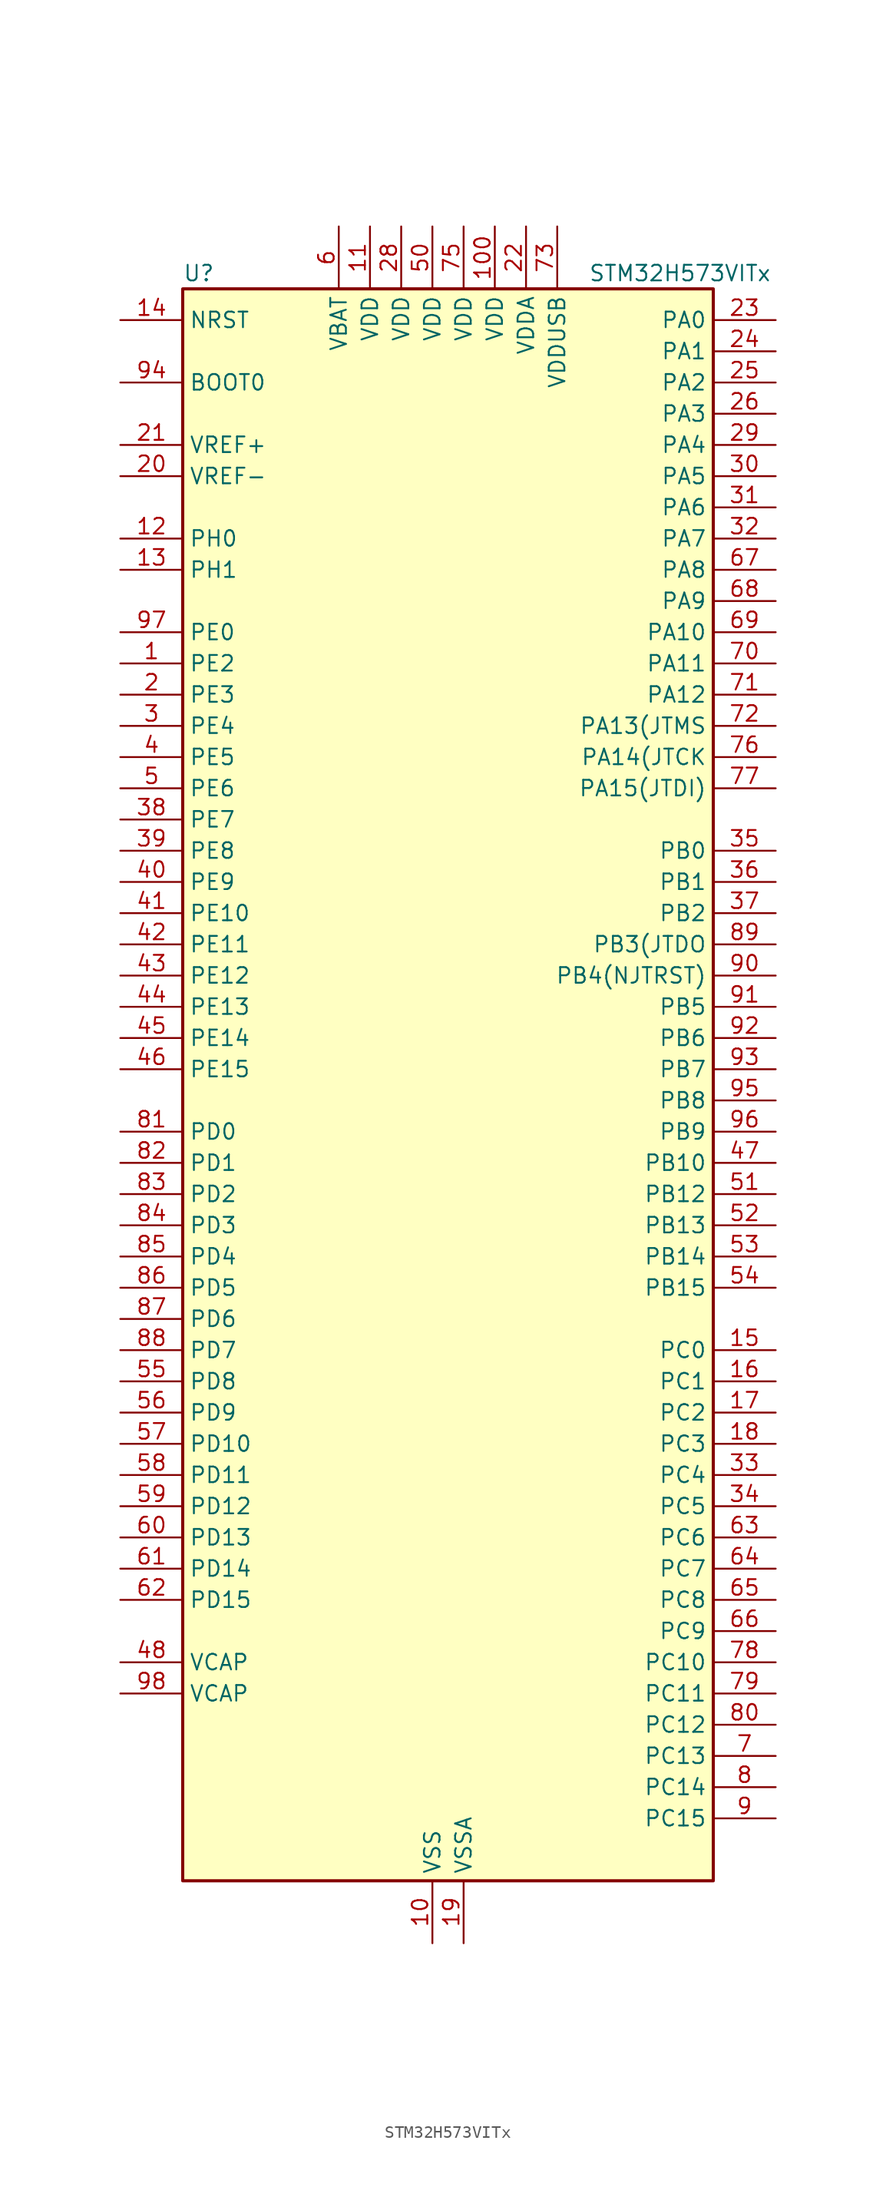
<source format=kicad_sym>
(kicad_symbol_lib
  (version 20231120)
  (generator "kicad-library-utils")
  (generator_version "8.0")
  (symbol "STM32H573VITx"
    (property "Reference" "U"
      (at -20.32 67.31 0)
      (effects (font (size 1.27 1.27)) (justify left)))
    (property "Value" "STM32H573VITx"
      (at 12.7 67.31 0)
      (effects (font (size 1.27 1.27)) (justify left)))
    (symbol "STM32H573VITx_0_1"
      (rectangle (start -20.32 -63.5) (end 22.86 66.04) (stroke (width 0.254) (type default)) (fill (type background))))
    (symbol "STM32H573VITx_1_1"
      (pin bidirectional line (at -25.4 35.56 0) (length 5.08) (name "PE2" (effects (font (size 1.27 1.27)))) (number "1" (effects (font (size 1.27 1.27)))) (alternate "DCMI_D3" bidirectional line) (alternate "DEBUG_TRACECLK" bidirectional line) (alternate "ETH_TXD3" bidirectional line) (alternate "FMC_A23" bidirectional line) (alternate "LPTIM1_IN2" bidirectional line) (alternate "OCTOSPI1_IO2" bidirectional line) (alternate "PSSI_D3" bidirectional line) (alternate "SAI1_CK1" bidirectional line) (alternate "SAI1_MCLK_A" bidirectional line) (alternate "SPI4_SCK" bidirectional line) (alternate "UART8_TX" bidirectional line) (alternate "USART10_RX" bidirectional line))
      (pin power_in line (at 0 -68.58 90) (length 5.08) (name "VSS" (effects (font (size 1.27 1.27)))) (number "10" (effects (font (size 1.27 1.27)))))
      (pin power_in line (at 5.08 71.12 270) (length 5.08) (name "VDD" (effects (font (size 1.27 1.27)))) (number "100" (effects (font (size 1.27 1.27)))))
      (pin power_in line (at -5.08 71.12 270) (length 5.08) (name "VDD" (effects (font (size 1.27 1.27)))) (number "11" (effects (font (size 1.27 1.27)))))
      (pin bidirectional line (at -25.4 45.72 0) (length 5.08) (name "PH0" (effects (font (size 1.27 1.27)))) (number "12" (effects (font (size 1.27 1.27)))) (alternate "RCC_OSC_IN" bidirectional line))
      (pin bidirectional line (at -25.4 43.18 0) (length 5.08) (name "PH1" (effects (font (size 1.27 1.27)))) (number "13" (effects (font (size 1.27 1.27)))) (alternate "RCC_OSC_OUT" bidirectional line))
      (pin input line (at -25.4 63.5 0) (length 5.08) (name "NRST" (effects (font (size 1.27 1.27)))) (number "14" (effects (font (size 1.27 1.27)))))
      (pin bidirectional line (at 27.94 -20.32 180) (length 5.08) (name "PC0" (effects (font (size 1.27 1.27)))) (number "15" (effects (font (size 1.27 1.27)))) (alternate "ADC1_INP10" bidirectional line) (alternate "ADC2_INP10" bidirectional line) (alternate "FMC_A25" bidirectional line) (alternate "FMC_SDNWE" bidirectional line) (alternate "OCTOSPI1_IO7" bidirectional line) (alternate "SAI1_MCLK_A" bidirectional line) (alternate "SAI2_FS_B" bidirectional line) (alternate "SPI2_RDY" bidirectional line) (alternate "TIM16_BKIN" bidirectional line))
      (pin bidirectional line (at 27.94 -22.86 180) (length 5.08) (name "PC1" (effects (font (size 1.27 1.27)))) (number "16" (effects (font (size 1.27 1.27)))) (alternate "ADC1_INN10" bidirectional line) (alternate "ADC1_INP11" bidirectional line) (alternate "ADC2_INN10" bidirectional line) (alternate "ADC2_INP11" bidirectional line) (alternate "DEBUG_TRACED0" bidirectional line) (alternate "ETH_MDC" bidirectional line) (alternate "I2S2_SDO" bidirectional line) (alternate "OCTOSPI1_IO4" bidirectional line) (alternate "PWR_WKUP6" bidirectional line) (alternate "SAI1_D1" bidirectional line) (alternate "SAI1_SD_A" bidirectional line) (alternate "SAI2_SD_A" bidirectional line) (alternate "SPI2_MOSI" bidirectional line) (alternate "TAMP_IN3" bidirectional line) (alternate "TAMP_OUT5" bidirectional line) (alternate "USART11_RTS" bidirectional line))
      (pin bidirectional line (at 27.94 -25.4 180) (length 5.08) (name "PC2" (effects (font (size 1.27 1.27)))) (number "17" (effects (font (size 1.27 1.27)))) (alternate "ADC1_INN11" bidirectional line) (alternate "ADC1_INP12" bidirectional line) (alternate "ADC2_INN11" bidirectional line) (alternate "ADC2_INP12" bidirectional line) (alternate "ETH_TXD2" bidirectional line) (alternate "FMC_SDNE0" bidirectional line) (alternate "I2S2_SDI" bidirectional line) (alternate "OCTOSPI1_IO2" bidirectional line) (alternate "OCTOSPI1_IO5" bidirectional line) (alternate "PWR_CSLEEP" bidirectional line) (alternate "SPI2_MISO" bidirectional line) (alternate "TIM17_CH1" bidirectional line) (alternate "TIM4_CH4" bidirectional line))
      (pin bidirectional line (at 27.94 -27.94 180) (length 5.08) (name "PC3" (effects (font (size 1.27 1.27)))) (number "18" (effects (font (size 1.27 1.27)))) (alternate "ADC1_INN12" bidirectional line) (alternate "ADC1_INP13" bidirectional line) (alternate "ADC2_INN12" bidirectional line) (alternate "ADC2_INP13" bidirectional line) (alternate "ETH_TX_CLK" bidirectional line) (alternate "FMC_SDCKE0" bidirectional line) (alternate "I2S2_SDO" bidirectional line) (alternate "LPTIM3_CH1" bidirectional line) (alternate "OCTOSPI1_IO0" bidirectional line) (alternate "OCTOSPI1_IO6" bidirectional line) (alternate "PWR_CSTOP" bidirectional line) (alternate "SAI1_D3" bidirectional line) (alternate "SPI2_MOSI" bidirectional line))
      (pin power_in line (at 2.54 -68.58 90) (length 5.08) (name "VSSA" (effects (font (size 1.27 1.27)))) (number "19" (effects (font (size 1.27 1.27)))))
      (pin bidirectional line (at -25.4 33.02 0) (length 5.08) (name "PE3" (effects (font (size 1.27 1.27)))) (number "2" (effects (font (size 1.27 1.27)))) (alternate "DEBUG_TRACED0" bidirectional line) (alternate "FMC_A19" bidirectional line) (alternate "SAI1_SD_B" bidirectional line) (alternate "TAMP_IN6" bidirectional line) (alternate "TAMP_OUT3" bidirectional line) (alternate "TIM15_BKIN" bidirectional line) (alternate "USART10_TX" bidirectional line))
      (pin input line (at -25.4 50.8 0) (length 5.08) (name "VREF-" (effects (font (size 1.27 1.27)))) (number "20" (effects (font (size 1.27 1.27)))))
      (pin input line (at -25.4 53.34 0) (length 5.08) (name "VREF+" (effects (font (size 1.27 1.27)))) (number "21" (effects (font (size 1.27 1.27)))))
      (pin power_in line (at 7.62 71.12 270) (length 5.08) (name "VDDA" (effects (font (size 1.27 1.27)))) (number "22" (effects (font (size 1.27 1.27)))))
      (pin bidirectional line (at 27.94 63.5 180) (length 5.08) (name "PA0" (effects (font (size 1.27 1.27)))) (number "23" (effects (font (size 1.27 1.27)))) (alternate "ADC1_INN1" bidirectional line) (alternate "ADC1_INP0" bidirectional line) (alternate "ADC2_INN1" bidirectional line) (alternate "ADC2_INP0" bidirectional line) (alternate "ETH_CRS" bidirectional line) (alternate "PWR_WKUP1" bidirectional line) (alternate "SAI2_SD_B" bidirectional line) (alternate "SPI3_RDY" bidirectional line) (alternate "SPI6_NSS" bidirectional line) (alternate "TAMP_IN2" bidirectional line) (alternate "TAMP_OUT1" bidirectional line) (alternate "TIM15_BKIN" bidirectional line) (alternate "TIM2_CH1" bidirectional line) (alternate "TIM2_ETR" bidirectional line) (alternate "TIM5_CH1" bidirectional line) (alternate "TIM8_ETR" bidirectional line) (alternate "UART4_TX" bidirectional line) (alternate "USART2_CTS" bidirectional line) (alternate "USART2_NSS" bidirectional line))
      (pin bidirectional line (at 27.94 60.96 180) (length 5.08) (name "PA1" (effects (font (size 1.27 1.27)))) (number "24" (effects (font (size 1.27 1.27)))) (alternate "ADC1_INP1" bidirectional line) (alternate "ADC2_INP1" bidirectional line) (alternate "ETH_REF_CLK" bidirectional line) (alternate "ETH_RX_CLK" bidirectional line) (alternate "LPTIM1_IN1" bidirectional line) (alternate "OCTOSPI1_DQS" bidirectional line) (alternate "OCTOSPI1_IO3" bidirectional line) (alternate "SAI2_MCLK_B" bidirectional line) (alternate "TAMP_IN5" bidirectional line) (alternate "TAMP_OUT4" bidirectional line) (alternate "TIM15_CH1N" bidirectional line) (alternate "TIM2_CH2" bidirectional line) (alternate "TIM5_CH2" bidirectional line) (alternate "UART4_RX" bidirectional line) (alternate "USART2_RTS" bidirectional line))
      (pin bidirectional line (at 27.94 58.42 180) (length 5.08) (name "PA2" (effects (font (size 1.27 1.27)))) (number "25" (effects (font (size 1.27 1.27)))) (alternate "ADC1_INP14" bidirectional line) (alternate "ADC2_INP14" bidirectional line) (alternate "ETH_MDIO" bidirectional line) (alternate "LPTIM1_IN2" bidirectional line) (alternate "PWR_WKUP2" bidirectional line) (alternate "SAI2_SCK_B" bidirectional line) (alternate "TAMP_IN4" bidirectional line) (alternate "TAMP_OUT3" bidirectional line) (alternate "TIM15_CH1" bidirectional line) (alternate "TIM2_CH3" bidirectional line) (alternate "TIM5_CH3" bidirectional line) (alternate "USART2_TX" bidirectional line))
      (pin bidirectional line (at 27.94 55.88 180) (length 5.08) (name "PA3" (effects (font (size 1.27 1.27)))) (number "26" (effects (font (size 1.27 1.27)))) (alternate "ADC1_INP15" bidirectional line) (alternate "ADC2_INP15" bidirectional line) (alternate "ETH_COL" bidirectional line) (alternate "I2S2_WS" bidirectional line) (alternate "OCTOSPI1_CLK" bidirectional line) (alternate "SAI1_SD_B" bidirectional line) (alternate "SPI2_NSS" bidirectional line) (alternate "TIM15_CH2" bidirectional line) (alternate "TIM2_CH4" bidirectional line) (alternate "TIM5_CH4" bidirectional line) (alternate "USART2_RX" bidirectional line))
      (pin passive line (at 0 -68.58 90) (length 5.08) hide (name "VSS" (effects (font (size 1.27 1.27)))) (number "27" (effects (font (size 1.27 1.27)))))
      (pin power_in line (at -2.54 71.12 270) (length 5.08) (name "VDD" (effects (font (size 1.27 1.27)))) (number "28" (effects (font (size 1.27 1.27)))))
      (pin bidirectional line (at 27.94 53.34 180) (length 5.08) (name "PA4" (effects (font (size 1.27 1.27)))) (number "29" (effects (font (size 1.27 1.27)))) (alternate "ADC1_INP18" bidirectional line) (alternate "ADC2_INP18" bidirectional line) (alternate "DAC1_OUT1" bidirectional line) (alternate "DCMI_HSYNC" bidirectional line) (alternate "I2S1_WS" bidirectional line) (alternate "I2S3_WS" bidirectional line) (alternate "LPTIM2_CH1" bidirectional line) (alternate "PSSI_DE" bidirectional line) (alternate "SPI1_NSS" bidirectional line) (alternate "SPI3_NSS" bidirectional line) (alternate "SPI6_NSS" bidirectional line) (alternate "TIM5_ETR" bidirectional line) (alternate "USART2_CK" bidirectional line))
      (pin bidirectional line (at -25.4 30.48 0) (length 5.08) (name "PE4" (effects (font (size 1.27 1.27)))) (number "3" (effects (font (size 1.27 1.27)))) (alternate "DCMI_D4" bidirectional line) (alternate "DEBUG_TRACED1" bidirectional line) (alternate "FMC_A20" bidirectional line) (alternate "PSSI_D4" bidirectional line) (alternate "SAI1_D2" bidirectional line) (alternate "SAI1_FS_A" bidirectional line) (alternate "SPI4_NSS" bidirectional line) (alternate "TAMP_IN7" bidirectional line) (alternate "TAMP_OUT8" bidirectional line) (alternate "TIM15_CH1N" bidirectional line))
      (pin bidirectional line (at 27.94 50.8 180) (length 5.08) (name "PA5" (effects (font (size 1.27 1.27)))) (number "30" (effects (font (size 1.27 1.27)))) (alternate "ADC1_INN18" bidirectional line) (alternate "ADC1_INP19" bidirectional line) (alternate "ADC2_INN18" bidirectional line) (alternate "ADC2_INP19" bidirectional line) (alternate "DAC1_OUT2" bidirectional line) (alternate "ETH_TX_EN" bidirectional line) (alternate "I2S1_CK" bidirectional line) (alternate "PSSI_D14" bidirectional line) (alternate "SPI1_SCK" bidirectional line) (alternate "SPI6_SCK" bidirectional line) (alternate "TIM2_CH1" bidirectional line) (alternate "TIM2_ETR" bidirectional line) (alternate "TIM8_CH1N" bidirectional line))
      (pin bidirectional line (at 27.94 48.26 180) (length 5.08) (name "PA6" (effects (font (size 1.27 1.27)))) (number "31" (effects (font (size 1.27 1.27)))) (alternate "ADC1_INP3" bidirectional line) (alternate "ADC2_INP3" bidirectional line) (alternate "DCMI_PIXCLK" bidirectional line) (alternate "I2S1_SDI" bidirectional line) (alternate "OCTOSPI1_IO3" bidirectional line) (alternate "PSSI_PDCK" bidirectional line) (alternate "SPI1_MISO" bidirectional line) (alternate "SPI6_MISO" bidirectional line) (alternate "TIM13_CH1" bidirectional line) (alternate "TIM1_BKIN" bidirectional line) (alternate "TIM3_CH1" bidirectional line) (alternate "TIM8_BKIN" bidirectional line) (alternate "USART11_TX" bidirectional line))
      (pin bidirectional line (at 27.94 45.72 180) (length 5.08) (name "PA7" (effects (font (size 1.27 1.27)))) (number "32" (effects (font (size 1.27 1.27)))) (alternate "ADC1_INN3" bidirectional line) (alternate "ADC1_INP7" bidirectional line) (alternate "ADC2_INN3" bidirectional line) (alternate "ADC2_INP7" bidirectional line) (alternate "ETH_CRS_DV" bidirectional line) (alternate "ETH_RX_DV" bidirectional line) (alternate "FMC_NWE" bidirectional line) (alternate "FMC_SDNWE" bidirectional line) (alternate "I2S1_SDO" bidirectional line) (alternate "OCTOSPI1_IO2" bidirectional line) (alternate "SPI1_MOSI" bidirectional line) (alternate "SPI6_MOSI" bidirectional line) (alternate "TIM14_CH1" bidirectional line) (alternate "TIM1_CH1N" bidirectional line) (alternate "TIM3_CH2" bidirectional line) (alternate "TIM8_CH1N" bidirectional line) (alternate "USART11_RX" bidirectional line))
      (pin bidirectional line (at 27.94 -30.48 180) (length 5.08) (name "PC4" (effects (font (size 1.27 1.27)))) (number "33" (effects (font (size 1.27 1.27)))) (alternate "ADC1_INP4" bidirectional line) (alternate "ADC2_INP4" bidirectional line) (alternate "ETH_RXD0" bidirectional line) (alternate "FMC_SDNE0" bidirectional line) (alternate "I2S1_MCK" bidirectional line) (alternate "LPTIM2_ETR" bidirectional line) (alternate "SAI1_CK1" bidirectional line) (alternate "TIM2_CH4" bidirectional line) (alternate "USART3_RX" bidirectional line))
      (pin bidirectional line (at 27.94 -33.02 180) (length 5.08) (name "PC5" (effects (font (size 1.27 1.27)))) (number "34" (effects (font (size 1.27 1.27)))) (alternate "ADC1_INN4" bidirectional line) (alternate "ADC1_INP8" bidirectional line) (alternate "ADC2_INN4" bidirectional line) (alternate "ADC2_INP8" bidirectional line) (alternate "ETH_RXD1" bidirectional line) (alternate "FMC_SDCKE0" bidirectional line) (alternate "OCTOSPI1_DQS" bidirectional line) (alternate "PSSI_D15" bidirectional line) (alternate "SAI1_D3" bidirectional line) (alternate "SAI1_FS_A" bidirectional line) (alternate "TIM1_CH4N" bidirectional line) (alternate "UART12_RTS" bidirectional line))
      (pin bidirectional line (at 27.94 20.32 180) (length 5.08) (name "PB0" (effects (font (size 1.27 1.27)))) (number "35" (effects (font (size 1.27 1.27)))) (alternate "ADC1_INN5" bidirectional line) (alternate "ADC1_INP9" bidirectional line) (alternate "ADC2_INN5" bidirectional line) (alternate "ADC2_INP9" bidirectional line) (alternate "ETH_RXD2" bidirectional line) (alternate "LPTIM3_CH1" bidirectional line) (alternate "OCTOSPI1_IO1" bidirectional line) (alternate "TIM1_CH2N" bidirectional line) (alternate "TIM3_CH3" bidirectional line) (alternate "TIM8_CH2N" bidirectional line) (alternate "UART4_CTS" bidirectional line) (alternate "USART11_CK" bidirectional line))
      (pin bidirectional line (at 27.94 17.78 180) (length 5.08) (name "PB1" (effects (font (size 1.27 1.27)))) (number "36" (effects (font (size 1.27 1.27)))) (alternate "ADC1_INP5" bidirectional line) (alternate "ADC2_INP5" bidirectional line) (alternate "ETH_RXD3" bidirectional line) (alternate "LPTIM3_CH2" bidirectional line) (alternate "OCTOSPI1_IO0" bidirectional line) (alternate "TIM1_CH3N" bidirectional line) (alternate "TIM3_CH4" bidirectional line) (alternate "TIM8_CH3N" bidirectional line))
      (pin bidirectional line (at 27.94 15.24 180) (length 5.08) (name "PB2" (effects (font (size 1.27 1.27)))) (number "37" (effects (font (size 1.27 1.27)))) (alternate "I2S3_SDO" bidirectional line) (alternate "LPTIM1_CH1" bidirectional line) (alternate "LPTIM5_ETR" bidirectional line) (alternate "OCTOSPI1_CLK" bidirectional line) (alternate "OCTOSPI1_DQS" bidirectional line) (alternate "RCC_LSCO" bidirectional line) (alternate "RTC_OUT2" bidirectional line) (alternate "SAI1_D1" bidirectional line) (alternate "SAI1_SD_A" bidirectional line) (alternate "SDMMC1_CMD" bidirectional line) (alternate "SPI1_RDY" bidirectional line) (alternate "SPI3_MOSI" bidirectional line) (alternate "TIM8_CH4N" bidirectional line))
      (pin bidirectional line (at -25.4 22.86 0) (length 5.08) (name "PE7" (effects (font (size 1.27 1.27)))) (number "38" (effects (font (size 1.27 1.27)))) (alternate "FMC_D4" bidirectional line) (alternate "FMC_DA4" bidirectional line) (alternate "OCTOSPI1_IO4" bidirectional line) (alternate "TIM1_ETR" bidirectional line) (alternate "UART12_RTS" bidirectional line) (alternate "UART7_RX" bidirectional line))
      (pin bidirectional line (at -25.4 20.32 0) (length 5.08) (name "PE8" (effects (font (size 1.27 1.27)))) (number "39" (effects (font (size 1.27 1.27)))) (alternate "FMC_D5" bidirectional line) (alternate "FMC_DA5" bidirectional line) (alternate "OCTOSPI1_IO5" bidirectional line) (alternate "TIM1_CH1N" bidirectional line) (alternate "UART12_CTS" bidirectional line) (alternate "UART7_TX" bidirectional line))
      (pin bidirectional line (at -25.4 27.94 0) (length 5.08) (name "PE5" (effects (font (size 1.27 1.27)))) (number "4" (effects (font (size 1.27 1.27)))) (alternate "DCMI_D6" bidirectional line) (alternate "DEBUG_TRACED2" bidirectional line) (alternate "FMC_A21" bidirectional line) (alternate "PSSI_D6" bidirectional line) (alternate "SAI1_CK2" bidirectional line) (alternate "SAI1_SCK_A" bidirectional line) (alternate "SPI4_MISO" bidirectional line) (alternate "TAMP_IN8" bidirectional line) (alternate "TAMP_OUT7" bidirectional line) (alternate "TIM15_CH1" bidirectional line))
      (pin bidirectional line (at -25.4 17.78 0) (length 5.08) (name "PE9" (effects (font (size 1.27 1.27)))) (number "40" (effects (font (size 1.27 1.27)))) (alternate "DAC1_EXTI9" bidirectional line) (alternate "FMC_D6" bidirectional line) (alternate "FMC_DA6" bidirectional line) (alternate "OCTOSPI1_IO6" bidirectional line) (alternate "TIM1_CH1" bidirectional line) (alternate "UART12_RX" bidirectional line) (alternate "UART7_RTS" bidirectional line))
      (pin bidirectional line (at -25.4 15.24 0) (length 5.08) (name "PE10" (effects (font (size 1.27 1.27)))) (number "41" (effects (font (size 1.27 1.27)))) (alternate "FMC_D7" bidirectional line) (alternate "FMC_DA7" bidirectional line) (alternate "OCTOSPI1_IO7" bidirectional line) (alternate "TIM1_CH2N" bidirectional line) (alternate "UART12_TX" bidirectional line) (alternate "UART7_CTS" bidirectional line))
      (pin bidirectional line (at -25.4 12.7 0) (length 5.08) (name "PE11" (effects (font (size 1.27 1.27)))) (number "42" (effects (font (size 1.27 1.27)))) (alternate "ADC1_EXTI11" bidirectional line) (alternate "ADC2_EXTI11" bidirectional line) (alternate "FMC_D8" bidirectional line) (alternate "FMC_DA8" bidirectional line) (alternate "OCTOSPI1_NCS" bidirectional line) (alternate "SAI2_SD_B" bidirectional line) (alternate "SPI1_RDY" bidirectional line) (alternate "SPI4_NSS" bidirectional line) (alternate "TIM1_CH2" bidirectional line))
      (pin bidirectional line (at -25.4 10.16 0) (length 5.08) (name "PE12" (effects (font (size 1.27 1.27)))) (number "43" (effects (font (size 1.27 1.27)))) (alternate "FMC_D9" bidirectional line) (alternate "FMC_DA9" bidirectional line) (alternate "SAI2_SCK_B" bidirectional line) (alternate "SPI4_SCK" bidirectional line) (alternate "TIM1_CH3N" bidirectional line))
      (pin bidirectional line (at -25.4 7.62 0) (length 5.08) (name "PE13" (effects (font (size 1.27 1.27)))) (number "44" (effects (font (size 1.27 1.27)))) (alternate "FMC_D10" bidirectional line) (alternate "FMC_DA10" bidirectional line) (alternate "SAI2_FS_B" bidirectional line) (alternate "SPI4_MISO" bidirectional line) (alternate "TIM1_CH3" bidirectional line))
      (pin bidirectional line (at -25.4 5.08 0) (length 5.08) (name "PE14" (effects (font (size 1.27 1.27)))) (number "45" (effects (font (size 1.27 1.27)))) (alternate "FMC_D11" bidirectional line) (alternate "FMC_DA11" bidirectional line) (alternate "SAI2_MCLK_B" bidirectional line) (alternate "SPI4_MOSI" bidirectional line) (alternate "TIM1_CH4" bidirectional line))
      (pin bidirectional line (at -25.4 2.54 0) (length 5.08) (name "PE15" (effects (font (size 1.27 1.27)))) (number "46" (effects (font (size 1.27 1.27)))) (alternate "ADC1_EXTI15" bidirectional line) (alternate "ADC2_EXTI15" bidirectional line) (alternate "FMC_D12" bidirectional line) (alternate "FMC_DA12" bidirectional line) (alternate "TIM1_BKIN" bidirectional line) (alternate "TIM1_CH4N" bidirectional line) (alternate "USART10_CK" bidirectional line))
      (pin bidirectional line (at 27.94 -5.08 180) (length 5.08) (name "PB10" (effects (font (size 1.27 1.27)))) (number "47" (effects (font (size 1.27 1.27)))) (alternate "ETH_RX_ER" bidirectional line) (alternate "I2C2_SCL" bidirectional line) (alternate "I2S2_CK" bidirectional line) (alternate "LPTIM2_IN1" bidirectional line) (alternate "LPTIM3_CH1" bidirectional line) (alternate "OCTOSPI1_NCS" bidirectional line) (alternate "SPI2_SCK" bidirectional line) (alternate "TIM2_CH3" bidirectional line) (alternate "USART3_TX" bidirectional line))
      (pin power_out line (at -25.4 -45.72 0) (length 5.08) (name "VCAP" (effects (font (size 1.27 1.27)))) (number "48" (effects (font (size 1.27 1.27)))))
      (pin passive line (at 0 -68.58 90) (length 5.08) hide (name "VSS" (effects (font (size 1.27 1.27)))) (number "49" (effects (font (size 1.27 1.27)))))
      (pin bidirectional line (at -25.4 25.4 0) (length 5.08) (name "PE6" (effects (font (size 1.27 1.27)))) (number "5" (effects (font (size 1.27 1.27)))) (alternate "DCMI_D7" bidirectional line) (alternate "DEBUG_TRACED3" bidirectional line) (alternate "FMC_A22" bidirectional line) (alternate "PSSI_D7" bidirectional line) (alternate "SAI1_D1" bidirectional line) (alternate "SAI1_SD_A" bidirectional line) (alternate "SAI2_MCLK_B" bidirectional line) (alternate "SPI4_MOSI" bidirectional line) (alternate "TAMP_IN3" bidirectional line) (alternate "TAMP_OUT6" bidirectional line) (alternate "TIM15_CH2" bidirectional line) (alternate "TIM1_BKIN2" bidirectional line))
      (pin power_in line (at 0 71.12 270) (length 5.08) (name "VDD" (effects (font (size 1.27 1.27)))) (number "50" (effects (font (size 1.27 1.27)))))
      (pin bidirectional line (at 27.94 -7.62 180) (length 5.08) (name "PB12" (effects (font (size 1.27 1.27)))) (number "51" (effects (font (size 1.27 1.27)))) (alternate "ETH_TXD0" bidirectional line) (alternate "FDCAN2_RX" bidirectional line) (alternate "I2C2_SDA" bidirectional line) (alternate "I2S2_WS" bidirectional line) (alternate "OCTOSPI1_NCLK" bidirectional line) (alternate "SPI2_NSS" bidirectional line) (alternate "TIM1_BKIN" bidirectional line) (alternate "UART5_RX" bidirectional line) (alternate "UCPD1_FRSTX" bidirectional line) (alternate "USART3_CK" bidirectional line))
      (pin bidirectional line (at 27.94 -10.16 180) (length 5.08) (name "PB13" (effects (font (size 1.27 1.27)))) (number "52" (effects (font (size 1.27 1.27)))) (alternate "FDCAN2_TX" bidirectional line) (alternate "I2C2_SMBA" bidirectional line) (alternate "I2S2_CK" bidirectional line) (alternate "LPTIM2_CH1" bidirectional line) (alternate "LPTIM3_IN1" bidirectional line) (alternate "SDMMC1_D0" bidirectional line) (alternate "SPI2_SCK" bidirectional line) (alternate "TIM1_CH1N" bidirectional line) (alternate "UART5_TX" bidirectional line) (alternate "UCPD1_CC1" bidirectional line) (alternate "USART3_CTS" bidirectional line) (alternate "USART3_NSS" bidirectional line))
      (pin bidirectional line (at 27.94 -12.7 180) (length 5.08) (name "PB14" (effects (font (size 1.27 1.27)))) (number "53" (effects (font (size 1.27 1.27)))) (alternate "I2S2_SDI" bidirectional line) (alternate "LPTIM3_ETR" bidirectional line) (alternate "SPI2_MISO" bidirectional line) (alternate "TIM12_CH1" bidirectional line) (alternate "TIM1_CH2N" bidirectional line) (alternate "TIM8_CH2N" bidirectional line) (alternate "UART4_DE" bidirectional line) (alternate "UART4_RTS" bidirectional line) (alternate "UCPD1_CC2" bidirectional line) (alternate "USART1_TX" bidirectional line) (alternate "USART3_RTS" bidirectional line))
      (pin bidirectional line (at 27.94 -15.24 180) (length 5.08) (name "PB15" (effects (font (size 1.27 1.27)))) (number "54" (effects (font (size 1.27 1.27)))) (alternate "ADC1_EXTI15" bidirectional line) (alternate "ADC2_EXTI15" bidirectional line) (alternate "DCMI_D2" bidirectional line) (alternate "ETH_TXD1" bidirectional line) (alternate "I2S2_SDO" bidirectional line) (alternate "OCTOSPI1_CLK" bidirectional line) (alternate "PSSI_D2" bidirectional line) (alternate "PWR_PVD_IN" bidirectional line) (alternate "RTC_REFIN" bidirectional line) (alternate "SPI2_MOSI" bidirectional line) (alternate "TIM12_CH2" bidirectional line) (alternate "TIM1_CH3N" bidirectional line) (alternate "TIM8_CH3N" bidirectional line) (alternate "UART4_CTS" bidirectional line) (alternate "UART5_RX" bidirectional line) (alternate "USART11_CTS" bidirectional line) (alternate "USART11_NSS" bidirectional line) (alternate "USART1_RX" bidirectional line))
      (pin bidirectional line (at -25.4 -22.86 0) (length 5.08) (name "PD8" (effects (font (size 1.27 1.27)))) (number "55" (effects (font (size 1.27 1.27)))) (alternate "FMC_D13" bidirectional line) (alternate "FMC_DA13" bidirectional line) (alternate "USART3_TX" bidirectional line))
      (pin bidirectional line (at -25.4 -25.4 0) (length 5.08) (name "PD9" (effects (font (size 1.27 1.27)))) (number "56" (effects (font (size 1.27 1.27)))) (alternate "DAC1_EXTI9" bidirectional line) (alternate "FDCAN2_RX" bidirectional line) (alternate "FMC_D14" bidirectional line) (alternate "FMC_DA14" bidirectional line) (alternate "USART3_RX" bidirectional line))
      (pin bidirectional line (at -25.4 -27.94 0) (length 5.08) (name "PD10" (effects (font (size 1.27 1.27)))) (number "57" (effects (font (size 1.27 1.27)))) (alternate "FMC_D15" bidirectional line) (alternate "FMC_DA15" bidirectional line) (alternate "LPTIM2_CH2" bidirectional line) (alternate "USART3_CK" bidirectional line))
      (pin bidirectional line (at -25.4 -30.48 0) (length 5.08) (name "PD11" (effects (font (size 1.27 1.27)))) (number "58" (effects (font (size 1.27 1.27)))) (alternate "ADC1_EXTI11" bidirectional line) (alternate "ADC2_EXTI11" bidirectional line) (alternate "FMC_A16" bidirectional line) (alternate "FMC_CLE" bidirectional line) (alternate "I2C4_SMBA" bidirectional line) (alternate "LPTIM2_IN2" bidirectional line) (alternate "OCTOSPI1_IO0" bidirectional line) (alternate "SAI1_CK1" bidirectional line) (alternate "SAI2_SD_A" bidirectional line) (alternate "UART4_RX" bidirectional line) (alternate "USART3_CTS" bidirectional line) (alternate "USART3_NSS" bidirectional line))
      (pin bidirectional line (at -25.4 -33.02 0) (length 5.08) (name "PD12" (effects (font (size 1.27 1.27)))) (number "59" (effects (font (size 1.27 1.27)))) (alternate "DCMI_D12" bidirectional line) (alternate "FMC_A17" bidirectional line) (alternate "FMC_ALE" bidirectional line) (alternate "I2C4_SCL" bidirectional line) (alternate "I3C1_SCL" bidirectional line) (alternate "LPTIM1_IN1" bidirectional line) (alternate "LPTIM2_IN1" bidirectional line) (alternate "OCTOSPI1_IO1" bidirectional line) (alternate "PSSI_D12" bidirectional line) (alternate "SAI1_D1" bidirectional line) (alternate "SAI2_FS_A" bidirectional line) (alternate "TIM4_CH1" bidirectional line) (alternate "UART4_TX" bidirectional line) (alternate "USART3_RTS" bidirectional line))
      (pin power_in line (at -7.62 71.12 270) (length 5.08) (name "VBAT" (effects (font (size 1.27 1.27)))) (number "6" (effects (font (size 1.27 1.27)))))
      (pin bidirectional line (at -25.4 -35.56 0) (length 5.08) (name "PD13" (effects (font (size 1.27 1.27)))) (number "60" (effects (font (size 1.27 1.27)))) (alternate "DCMI_D13" bidirectional line) (alternate "FMC_A18" bidirectional line) (alternate "I2C4_SDA" bidirectional line) (alternate "I3C1_SDA" bidirectional line) (alternate "LPTIM1_CH1" bidirectional line) (alternate "LPTIM2_CH1" bidirectional line) (alternate "LPTIM4_IN1" bidirectional line) (alternate "OCTOSPI1_IO3" bidirectional line) (alternate "PSSI_D13" bidirectional line) (alternate "SAI2_SCK_A" bidirectional line) (alternate "TIM4_CH2" bidirectional line) (alternate "UART9_RTS" bidirectional line))
      (pin bidirectional line (at -25.4 -38.1 0) (length 5.08) (name "PD14" (effects (font (size 1.27 1.27)))) (number "61" (effects (font (size 1.27 1.27)))) (alternate "FMC_D0" bidirectional line) (alternate "FMC_DA0" bidirectional line) (alternate "TIM4_CH3" bidirectional line) (alternate "UART8_CTS" bidirectional line) (alternate "UART9_RX" bidirectional line))
      (pin bidirectional line (at -25.4 -40.64 0) (length 5.08) (name "PD15" (effects (font (size 1.27 1.27)))) (number "62" (effects (font (size 1.27 1.27)))) (alternate "ADC1_EXTI15" bidirectional line) (alternate "ADC2_EXTI15" bidirectional line) (alternate "FMC_D1" bidirectional line) (alternate "FMC_DA1" bidirectional line) (alternate "TIM4_CH4" bidirectional line) (alternate "UART8_RTS" bidirectional line) (alternate "UART9_TX" bidirectional line))
      (pin bidirectional line (at 27.94 -35.56 180) (length 5.08) (name "PC6" (effects (font (size 1.27 1.27)))) (number "63" (effects (font (size 1.27 1.27)))) (alternate "DCMI_D0" bidirectional line) (alternate "FMC_NWAIT" bidirectional line) (alternate "I2S2_MCK" bidirectional line) (alternate "OCTOSPI1_IO5" bidirectional line) (alternate "PSSI_D0" bidirectional line) (alternate "SAI1_SCK_A" bidirectional line) (alternate "SDMMC1_D0DIR" bidirectional line) (alternate "SDMMC1_D6" bidirectional line) (alternate "TIM3_CH1" bidirectional line) (alternate "TIM8_CH1" bidirectional line) (alternate "USART6_TX" bidirectional line))
      (pin bidirectional line (at 27.94 -38.1 180) (length 5.08) (name "PC7" (effects (font (size 1.27 1.27)))) (number "64" (effects (font (size 1.27 1.27)))) (alternate "DCMI_D1" bidirectional line) (alternate "DEBUG_TRGIO" bidirectional line) (alternate "FMC_NE1" bidirectional line) (alternate "I2S3_MCK" bidirectional line) (alternate "OCTOSPI1_IO6" bidirectional line) (alternate "PSSI_D1" bidirectional line) (alternate "SDMMC1_D123DIR" bidirectional line) (alternate "SDMMC1_D7" bidirectional line) (alternate "TIM3_CH2" bidirectional line) (alternate "TIM8_CH2" bidirectional line) (alternate "USART6_RX" bidirectional line))
      (pin bidirectional line (at 27.94 -40.64 180) (length 5.08) (name "PC8" (effects (font (size 1.27 1.27)))) (number "65" (effects (font (size 1.27 1.27)))) (alternate "DCMI_D2" bidirectional line) (alternate "DEBUG_TRACED1" bidirectional line) (alternate "FMC_ALE" bidirectional line) (alternate "FMC_INT" bidirectional line) (alternate "FMC_NCE" bidirectional line) (alternate "FMC_NE2" bidirectional line) (alternate "PSSI_D2" bidirectional line) (alternate "SDMMC1_D0" bidirectional line) (alternate "TIM3_CH3" bidirectional line) (alternate "TIM8_CH3" bidirectional line) (alternate "UART5_DE" bidirectional line) (alternate "UART5_RTS" bidirectional line) (alternate "USART6_CK" bidirectional line))
      (pin bidirectional line (at 27.94 -43.18 180) (length 5.08) (name "PC9" (effects (font (size 1.27 1.27)))) (number "66" (effects (font (size 1.27 1.27)))) (alternate "AUDIOCLK" bidirectional line) (alternate "DAC1_EXTI9" bidirectional line) (alternate "DCMI_D3" bidirectional line) (alternate "FMC_CLE" bidirectional line) (alternate "I2C3_SDA" bidirectional line) (alternate "OCTOSPI1_IO0" bidirectional line) (alternate "PSSI_D3" bidirectional line) (alternate "RCC_MCO_2" bidirectional line) (alternate "SDMMC1_D1" bidirectional line) (alternate "TIM3_CH4" bidirectional line) (alternate "TIM8_CH4" bidirectional line) (alternate "UART5_CTS" bidirectional line) (alternate "UCPD1_DB2" bidirectional line))
      (pin bidirectional line (at 27.94 43.18 180) (length 5.08) (name "PA8" (effects (font (size 1.27 1.27)))) (number "67" (effects (font (size 1.27 1.27)))) (alternate "DCMI_D3" bidirectional line) (alternate "FMC_NOE" bidirectional line) (alternate "I2C3_SCL" bidirectional line) (alternate "PSSI_D3" bidirectional line) (alternate "RCC_MCO_1" bidirectional line) (alternate "SPI1_RDY" bidirectional line) (alternate "TIM1_CH1" bidirectional line) (alternate "TIM8_BKIN2" bidirectional line) (alternate "UART7_RX" bidirectional line) (alternate "USART1_CK" bidirectional line) (alternate "USB_SOF" bidirectional line))
      (pin bidirectional line (at 27.94 40.64 180) (length 5.08) (name "PA9" (effects (font (size 1.27 1.27)))) (number "68" (effects (font (size 1.27 1.27)))) (alternate "DAC1_EXTI9" bidirectional line) (alternate "DCMI_D0" bidirectional line) (alternate "ETH_TX_ER" bidirectional line) (alternate "FMC_NWE" bidirectional line) (alternate "I2C3_SMBA" bidirectional line) (alternate "I2S2_CK" bidirectional line) (alternate "LPUART1_TX" bidirectional line) (alternate "PSSI_D0" bidirectional line) (alternate "SPI2_SCK" bidirectional line) (alternate "TIM1_CH2" bidirectional line) (alternate "UCPD1_DB1" bidirectional line) (alternate "USART1_TX" bidirectional line))
      (pin bidirectional line (at 27.94 38.1 180) (length 5.08) (name "PA10" (effects (font (size 1.27 1.27)))) (number "69" (effects (font (size 1.27 1.27)))) (alternate "DCMI_D1" bidirectional line) (alternate "FDCAN2_TX" bidirectional line) (alternate "LPTIM2_IN2" bidirectional line) (alternate "LPUART1_RX" bidirectional line) (alternate "PSSI_D1" bidirectional line) (alternate "SDMMC1_D0" bidirectional line) (alternate "TIM1_CH3" bidirectional line) (alternate "UCPD1_FRSTX" bidirectional line) (alternate "USART1_RX" bidirectional line))
      (pin bidirectional line (at 27.94 -53.34 180) (length 5.08) (name "PC13" (effects (font (size 1.27 1.27)))) (number "7" (effects (font (size 1.27 1.27)))) (alternate "PWR_WKUP4" bidirectional line) (alternate "RTC_OUT1" bidirectional line) (alternate "RTC_TS" bidirectional line) (alternate "TAMP_IN1" bidirectional line) (alternate "TAMP_OUT2" bidirectional line) (alternate "TAMP_OUT3" bidirectional line))
      (pin bidirectional line (at 27.94 35.56 180) (length 5.08) (name "PA11" (effects (font (size 1.27 1.27)))) (number "70" (effects (font (size 1.27 1.27)))) (alternate "ADC1_EXTI11" bidirectional line) (alternate "ADC2_EXTI11" bidirectional line) (alternate "FDCAN1_RX" bidirectional line) (alternate "I2S2_WS" bidirectional line) (alternate "LPUART1_CTS" bidirectional line) (alternate "SPI2_NSS" bidirectional line) (alternate "TIM1_CH4" bidirectional line) (alternate "UART4_RX" bidirectional line) (alternate "USART1_CTS" bidirectional line) (alternate "USART1_NSS" bidirectional line) (alternate "USB_DM" bidirectional line))
      (pin bidirectional line (at 27.94 33.02 180) (length 5.08) (name "PA12" (effects (font (size 1.27 1.27)))) (number "71" (effects (font (size 1.27 1.27)))) (alternate "FDCAN1_TX" bidirectional line) (alternate "I2S2_CK" bidirectional line) (alternate "LPUART1_RTS" bidirectional line) (alternate "SAI2_FS_B" bidirectional line) (alternate "SPI2_SCK" bidirectional line) (alternate "TIM1_ETR" bidirectional line) (alternate "UART4_TX" bidirectional line) (alternate "USART1_RTS" bidirectional line) (alternate "USB_DP" bidirectional line))
      (pin bidirectional line (at 27.94 30.48 180) (length 5.08) (name "PA13(JTMS" (effects (font (size 1.27 1.27)))) (number "72" (effects (font (size 1.27 1.27)))) (alternate "DEBUG_JTMS-SWDIO" bidirectional line))
      (pin power_in line (at 10.16 71.12 270) (length 5.08) (name "VDDUSB" (effects (font (size 1.27 1.27)))) (number "73" (effects (font (size 1.27 1.27)))))
      (pin passive line (at 0 -68.58 90) (length 5.08) hide (name "VSS" (effects (font (size 1.27 1.27)))) (number "74" (effects (font (size 1.27 1.27)))))
      (pin power_in line (at 2.54 71.12 270) (length 5.08) (name "VDD" (effects (font (size 1.27 1.27)))) (number "75" (effects (font (size 1.27 1.27)))))
      (pin bidirectional line (at 27.94 27.94 180) (length 5.08) (name "PA14(JTCK" (effects (font (size 1.27 1.27)))) (number "76" (effects (font (size 1.27 1.27)))) (alternate "DEBUG_JTCK-SWCLK" bidirectional line))
      (pin bidirectional line (at 27.94 25.4 180) (length 5.08) (name "PA15(JTDI)" (effects (font (size 1.27 1.27)))) (number "77" (effects (font (size 1.27 1.27)))) (alternate "ADC1_EXTI15" bidirectional line) (alternate "ADC2_EXTI15" bidirectional line) (alternate "CEC" bidirectional line) (alternate "DCMI_D11" bidirectional line) (alternate "DEBUG_JTDI" bidirectional line) (alternate "FMC_NBL1" bidirectional line) (alternate "I2S1_WS" bidirectional line) (alternate "I2S3_WS" bidirectional line) (alternate "LPTIM3_IN2" bidirectional line) (alternate "PSSI_D11" bidirectional line) (alternate "SPI1_NSS" bidirectional line) (alternate "SPI3_NSS" bidirectional line) (alternate "SPI6_NSS" bidirectional line) (alternate "TIM2_CH1" bidirectional line) (alternate "TIM2_ETR" bidirectional line) (alternate "UART4_DE" bidirectional line) (alternate "UART4_RTS" bidirectional line) (alternate "UART7_TX" bidirectional line))
      (pin bidirectional line (at 27.94 -45.72 180) (length 5.08) (name "PC10" (effects (font (size 1.27 1.27)))) (number "78" (effects (font (size 1.27 1.27)))) (alternate "DCMI_D8" bidirectional line) (alternate "ETH_TXD0" bidirectional line) (alternate "I2S3_CK" bidirectional line) (alternate "LPTIM3_ETR" bidirectional line) (alternate "OCTOSPI1_IO1" bidirectional line) (alternate "PSSI_D8" bidirectional line) (alternate "SDMMC1_D2" bidirectional line) (alternate "SPI3_SCK" bidirectional line) (alternate "UART4_TX" bidirectional line) (alternate "USART3_TX" bidirectional line))
      (pin bidirectional line (at 27.94 -48.26 180) (length 5.08) (name "PC11" (effects (font (size 1.27 1.27)))) (number "79" (effects (font (size 1.27 1.27)))) (alternate "ADC1_EXTI11" bidirectional line) (alternate "ADC2_EXTI11" bidirectional line) (alternate "DCMI_D4" bidirectional line) (alternate "I2S3_SDI" bidirectional line) (alternate "LPTIM3_IN1" bidirectional line) (alternate "OCTOSPI1_NCS" bidirectional line) (alternate "PSSI_D4" bidirectional line) (alternate "SDMMC1_D3" bidirectional line) (alternate "SPI3_MISO" bidirectional line) (alternate "UART4_RX" bidirectional line) (alternate "USART3_RX" bidirectional line))
      (pin bidirectional line (at 27.94 -55.88 180) (length 5.08) (name "PC14" (effects (font (size 1.27 1.27)))) (number "8" (effects (font (size 1.27 1.27)))) (alternate "RCC_OSC32_IN" bidirectional line))
      (pin bidirectional line (at 27.94 -50.8 180) (length 5.08) (name "PC12" (effects (font (size 1.27 1.27)))) (number "80" (effects (font (size 1.27 1.27)))) (alternate "DCMI_D9" bidirectional line) (alternate "DEBUG_TRACED3" bidirectional line) (alternate "I2S3_SDO" bidirectional line) (alternate "PSSI_D9" bidirectional line) (alternate "SDMMC1_CK" bidirectional line) (alternate "SPI3_MOSI" bidirectional line) (alternate "SPI6_SCK" bidirectional line) (alternate "TIM15_CH1" bidirectional line) (alternate "UART5_TX" bidirectional line) (alternate "USART3_CK" bidirectional line))
      (pin bidirectional line (at -25.4 -2.54 0) (length 5.08) (name "PD0" (effects (font (size 1.27 1.27)))) (number "81" (effects (font (size 1.27 1.27)))) (alternate "FDCAN1_RX" bidirectional line) (alternate "FMC_D2" bidirectional line) (alternate "FMC_DA2" bidirectional line) (alternate "TIM8_CH4N" bidirectional line) (alternate "UART4_RX" bidirectional line) (alternate "UART9_CTS" bidirectional line))
      (pin bidirectional line (at -25.4 -5.08 0) (length 5.08) (name "PD1" (effects (font (size 1.27 1.27)))) (number "82" (effects (font (size 1.27 1.27)))) (alternate "FDCAN1_TX" bidirectional line) (alternate "FMC_D3" bidirectional line) (alternate "FMC_DA3" bidirectional line) (alternate "UART4_TX" bidirectional line))
      (pin bidirectional line (at -25.4 -7.62 0) (length 5.08) (name "PD2" (effects (font (size 1.27 1.27)))) (number "83" (effects (font (size 1.27 1.27)))) (alternate "DCMI_D11" bidirectional line) (alternate "DEBUG_TRACED2" bidirectional line) (alternate "LPTIM4_ETR" bidirectional line) (alternate "PSSI_D11" bidirectional line) (alternate "PWR_WKUP7" bidirectional line) (alternate "SDMMC1_CMD" bidirectional line) (alternate "TIM15_BKIN" bidirectional line) (alternate "TIM3_ETR" bidirectional line) (alternate "UART5_RX" bidirectional line))
      (pin bidirectional line (at -25.4 -10.16 0) (length 5.08) (name "PD3" (effects (font (size 1.27 1.27)))) (number "84" (effects (font (size 1.27 1.27)))) (alternate "DCMI_D5" bidirectional line) (alternate "FMC_CLK" bidirectional line) (alternate "I2S2_CK" bidirectional line) (alternate "PSSI_D5" bidirectional line) (alternate "PWR_WKUP8" bidirectional line) (alternate "SPI2_SCK" bidirectional line) (alternate "USART2_CTS" bidirectional line) (alternate "USART2_NSS" bidirectional line))
      (pin bidirectional line (at -25.4 -12.7 0) (length 5.08) (name "PD4" (effects (font (size 1.27 1.27)))) (number "85" (effects (font (size 1.27 1.27)))) (alternate "FMC_NOE" bidirectional line) (alternate "OCTOSPI1_IO4" bidirectional line) (alternate "USART2_RTS" bidirectional line))
      (pin bidirectional line (at -25.4 -15.24 0) (length 5.08) (name "PD5" (effects (font (size 1.27 1.27)))) (number "86" (effects (font (size 1.27 1.27)))) (alternate "FDCAN1_TX" bidirectional line) (alternate "FMC_NWE" bidirectional line) (alternate "OCTOSPI1_IO5" bidirectional line) (alternate "SPI2_RDY" bidirectional line) (alternate "TIM1_CH4N" bidirectional line) (alternate "USART2_TX" bidirectional line))
      (pin bidirectional line (at -25.4 -17.78 0) (length 5.08) (name "PD6" (effects (font (size 1.27 1.27)))) (number "87" (effects (font (size 1.27 1.27)))) (alternate "DCMI_D10" bidirectional line) (alternate "FMC_NWAIT" bidirectional line) (alternate "I2S3_SDO" bidirectional line) (alternate "OCTOSPI1_IO6" bidirectional line) (alternate "PSSI_D10" bidirectional line) (alternate "SAI1_D1" bidirectional line) (alternate "SAI1_SD_A" bidirectional line) (alternate "SPI3_MOSI" bidirectional line) (alternate "USART2_RX" bidirectional line))
      (pin bidirectional line (at -25.4 -20.32 0) (length 5.08) (name "PD7" (effects (font (size 1.27 1.27)))) (number "88" (effects (font (size 1.27 1.27)))) (alternate "FMC_NCE" bidirectional line) (alternate "FMC_NE1" bidirectional line) (alternate "I2S1_SDO" bidirectional line) (alternate "LPTIM4_OUT" bidirectional line) (alternate "OCTOSPI1_IO7" bidirectional line) (alternate "SPI1_MOSI" bidirectional line) (alternate "USART2_CK" bidirectional line))
      (pin bidirectional line (at 27.94 12.7 180) (length 5.08) (name "PB3(JTDO" (effects (font (size 1.27 1.27)))) (number "89" (effects (font (size 1.27 1.27)))) (alternate "CRS_SYNC" bidirectional line) (alternate "DEBUG_JTDO-SWO" bidirectional line) (alternate "I2C2_SDA" bidirectional line) (alternate "I2S1_CK" bidirectional line) (alternate "I2S3_CK" bidirectional line) (alternate "LPTIM6_ETR" bidirectional line) (alternate "SPI1_SCK" bidirectional line) (alternate "SPI3_SCK" bidirectional line) (alternate "SPI6_SCK" bidirectional line) (alternate "TIM2_CH2" bidirectional line) (alternate "UART12_CTS" bidirectional line) (alternate "UART7_RX" bidirectional line))
      (pin bidirectional line (at 27.94 -58.42 180) (length 5.08) (name "PC15" (effects (font (size 1.27 1.27)))) (number "9" (effects (font (size 1.27 1.27)))) (alternate "ADC1_EXTI15" bidirectional line) (alternate "ADC2_EXTI15" bidirectional line) (alternate "RCC_OSC32_OUT" bidirectional line))
      (pin bidirectional line (at 27.94 10.16 180) (length 5.08) (name "PB4(NJTRST)" (effects (font (size 1.27 1.27)))) (number "90" (effects (font (size 1.27 1.27)))) (alternate "DCMI_D7" bidirectional line) (alternate "DEBUG_JTRST" bidirectional line) (alternate "I2S1_SDI" bidirectional line) (alternate "I2S2_WS" bidirectional line) (alternate "I2S3_SDI" bidirectional line) (alternate "LPTIM1_CH2" bidirectional line) (alternate "OCTOSPI1_CLK" bidirectional line) (alternate "PSSI_D7" bidirectional line) (alternate "SPI1_MISO" bidirectional line) (alternate "SPI2_NSS" bidirectional line) (alternate "SPI3_MISO" bidirectional line) (alternate "SPI6_MISO" bidirectional line) (alternate "TIM16_BKIN" bidirectional line) (alternate "TIM3_CH1" bidirectional line) (alternate "UART7_TX" bidirectional line))
      (pin bidirectional line (at 27.94 7.62 180) (length 5.08) (name "PB5" (effects (font (size 1.27 1.27)))) (number "91" (effects (font (size 1.27 1.27)))) (alternate "DCMI_D10" bidirectional line) (alternate "ETH_PPS_OUT" bidirectional line) (alternate "FDCAN2_RX" bidirectional line) (alternate "FMC_SDCKE1" bidirectional line) (alternate "I2C1_SMBA" bidirectional line) (alternate "I2C4_SMBA" bidirectional line) (alternate "I2S1_SDO" bidirectional line) (alternate "I2S3_SDO" bidirectional line) (alternate "OCTOSPI1_NCLK" bidirectional line) (alternate "PSSI_D10" bidirectional line) (alternate "SPI1_MOSI" bidirectional line) (alternate "SPI3_MOSI" bidirectional line) (alternate "SPI6_MOSI" bidirectional line) (alternate "TIM17_BKIN" bidirectional line) (alternate "TIM3_CH2" bidirectional line) (alternate "UART5_RX" bidirectional line))
      (pin bidirectional line (at 27.94 5.08 180) (length 5.08) (name "PB6" (effects (font (size 1.27 1.27)))) (number "92" (effects (font (size 1.27 1.27)))) (alternate "CEC" bidirectional line) (alternate "DCMI_D5" bidirectional line) (alternate "FDCAN2_TX" bidirectional line) (alternate "FMC_SDNE1" bidirectional line) (alternate "I2C1_SCL" bidirectional line) (alternate "I2C4_SCL" bidirectional line) (alternate "I3C1_SCL" bidirectional line) (alternate "LPUART1_TX" bidirectional line) (alternate "OCTOSPI1_NCS" bidirectional line) (alternate "PSSI_D5" bidirectional line) (alternate "TIM16_CH1N" bidirectional line) (alternate "TIM4_CH1" bidirectional line) (alternate "UART5_TX" bidirectional line) (alternate "USART1_TX" bidirectional line))
      (pin bidirectional line (at 27.94 2.54 180) (length 5.08) (name "PB7" (effects (font (size 1.27 1.27)))) (number "93" (effects (font (size 1.27 1.27)))) (alternate "DCMI_VSYNC" bidirectional line) (alternate "FDCAN1_TX" bidirectional line) (alternate "FMC_NL" bidirectional line) (alternate "I2C1_SDA" bidirectional line) (alternate "I2C4_SDA" bidirectional line) (alternate "I3C1_SDA" bidirectional line) (alternate "LPUART1_RX" bidirectional line) (alternate "PSSI_RDY" bidirectional line) (alternate "PWR_WKUP5" bidirectional line) (alternate "TIM17_CH1N" bidirectional line) (alternate "TIM4_CH2" bidirectional line) (alternate "USART1_RX" bidirectional line))
      (pin input line (at -25.4 58.42 0) (length 5.08) (name "BOOT0" (effects (font (size 1.27 1.27)))) (number "94" (effects (font (size 1.27 1.27)))))
      (pin bidirectional line (at 27.94 0 180) (length 5.08) (name "PB8" (effects (font (size 1.27 1.27)))) (number "95" (effects (font (size 1.27 1.27)))) (alternate "DCMI_D6" bidirectional line) (alternate "ETH_TXD3" bidirectional line) (alternate "FDCAN1_RX" bidirectional line) (alternate "I2C1_SCL" bidirectional line) (alternate "I2C4_SCL" bidirectional line) (alternate "I3C1_SCL" bidirectional line) (alternate "PSSI_D6" bidirectional line) (alternate "SDMMC1_CKIN" bidirectional line) (alternate "SDMMC1_D4" bidirectional line) (alternate "SPI4_RDY" bidirectional line) (alternate "TIM16_CH1" bidirectional line) (alternate "TIM4_CH3" bidirectional line) (alternate "UART4_RX" bidirectional line))
      (pin bidirectional line (at 27.94 -2.54 180) (length 5.08) (name "PB9" (effects (font (size 1.27 1.27)))) (number "96" (effects (font (size 1.27 1.27)))) (alternate "DAC1_EXTI9" bidirectional line) (alternate "DCMI_D7" bidirectional line) (alternate "FDCAN1_TX" bidirectional line) (alternate "I2C1_SDA" bidirectional line) (alternate "I2C4_SDA" bidirectional line) (alternate "I2S2_WS" bidirectional line) (alternate "I3C1_SDA" bidirectional line) (alternate "PSSI_D7" bidirectional line) (alternate "SDMMC1_CDIR" bidirectional line) (alternate "SDMMC1_D5" bidirectional line) (alternate "SPI2_NSS" bidirectional line) (alternate "TIM17_CH1" bidirectional line) (alternate "TIM4_CH4" bidirectional line) (alternate "UART4_TX" bidirectional line))
      (pin bidirectional line (at -25.4 38.1 0) (length 5.08) (name "PE0" (effects (font (size 1.27 1.27)))) (number "97" (effects (font (size 1.27 1.27)))) (alternate "DCMI_D2" bidirectional line) (alternate "FDCAN1_RX" bidirectional line) (alternate "FMC_NBL0" bidirectional line) (alternate "LPTIM1_ETR" bidirectional line) (alternate "LPTIM2_CH2" bidirectional line) (alternate "LPTIM2_ETR" bidirectional line) (alternate "PSSI_D2" bidirectional line) (alternate "SAI2_MCLK_A" bidirectional line) (alternate "SPI3_RDY" bidirectional line) (alternate "TIM4_ETR" bidirectional line) (alternate "UART8_RX" bidirectional line))
      (pin power_out line (at -25.4 -48.26 0) (length 5.08) (name "VCAP" (effects (font (size 1.27 1.27)))) (number "98" (effects (font (size 1.27 1.27)))))
      (pin passive line (at 0 -68.58 90) (length 5.08) hide (name "VSS" (effects (font (size 1.27 1.27)))) (number "99" (effects (font (size 1.27 1.27))))))))
</source>
